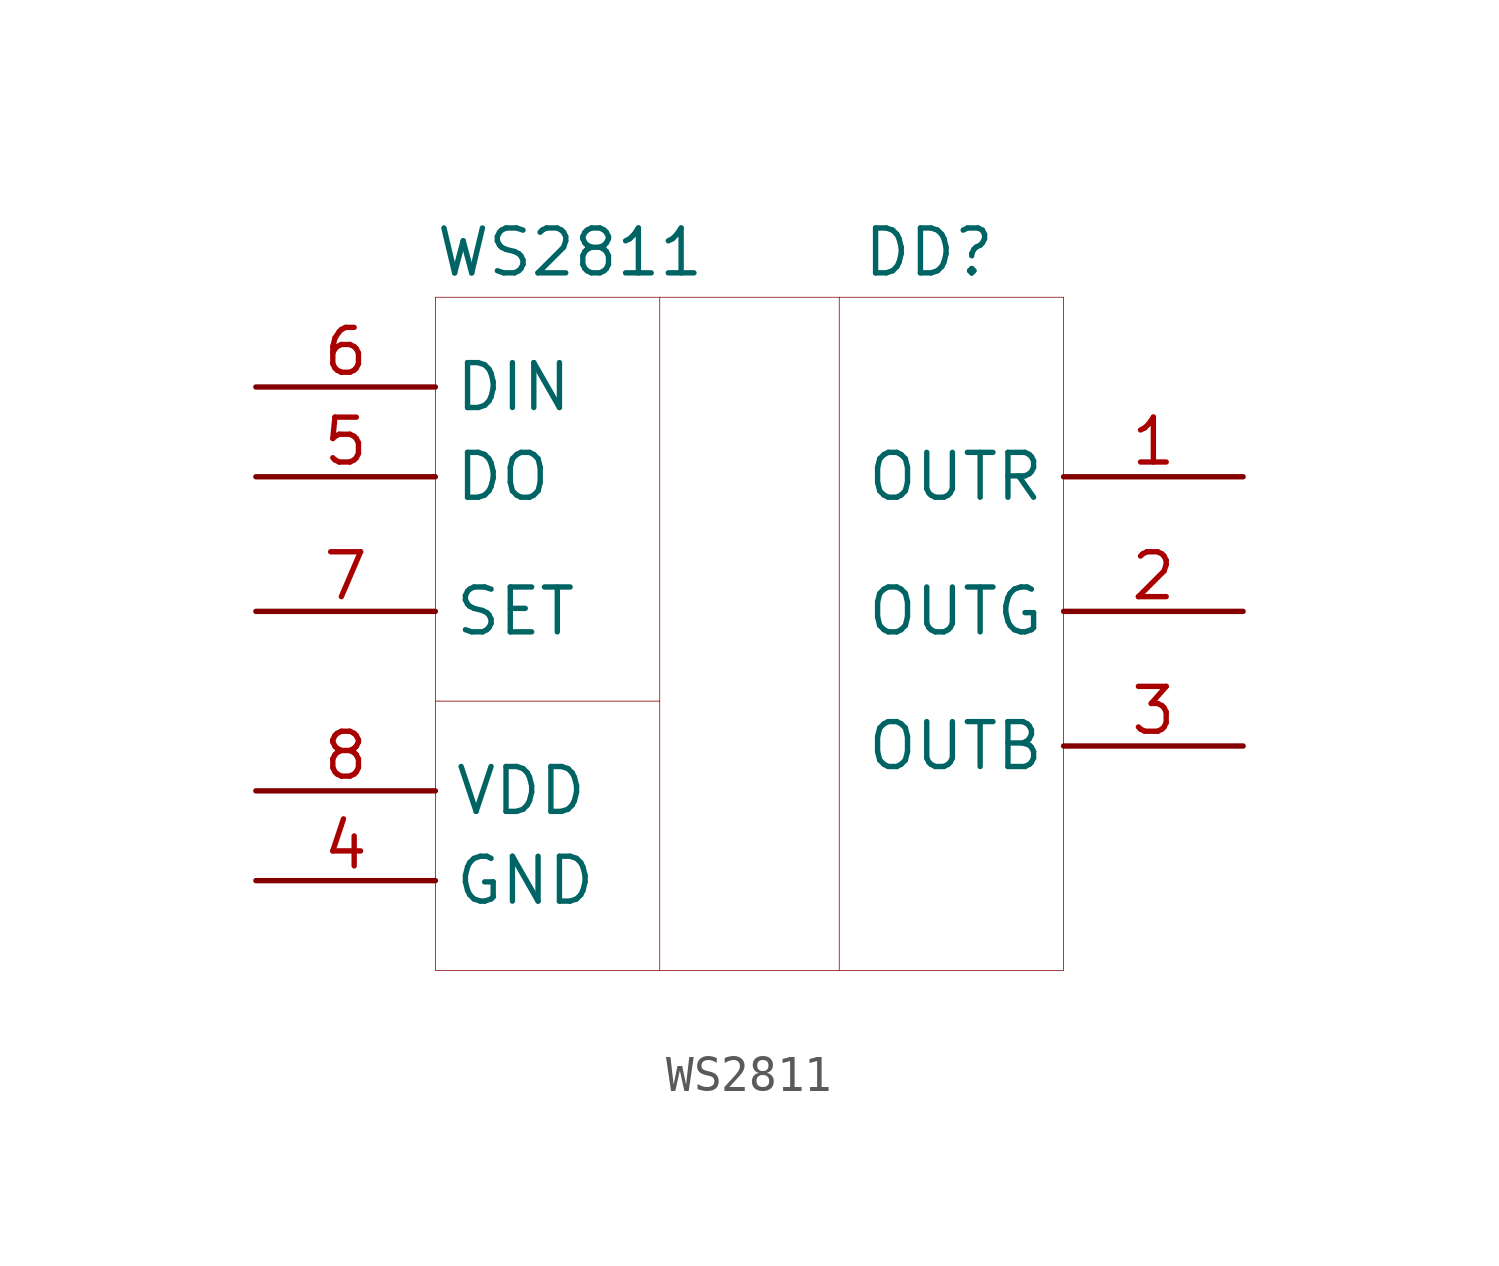
<source format=kicad_sym>
(kicad_symbol_lib
  (version 20231120)
  (generator "kicad_symbol_editor")
  (generator_version "8.0")
  (symbol "WS2811"
    (property "Reference" "DD"
      (at 5.08 10.16 0)
      (effects (font (size 1.27 1.27))))
    (property "Value" "WS2811"
      (at -5.08 10.16 0)
      (effects (font (size 1.27 1.27))))
    (symbol "WS2811_0_1"
      (rectangle (start -8.89 8.89) (end 8.89 -10.16) (stroke (width 0.001) (type default)) (fill (type none)))
      (polyline (pts (xy -8.89 -2.54) (xy -2.54 -2.54)) (stroke (width 0.001) (type default)) (fill (type none)))
      (polyline (pts (xy -2.54 -10.16) (xy -2.54 8.89)) (stroke (width 0.001) (type default)) (fill (type none)))
      (polyline (pts (xy 2.54 -10.16) (xy 2.54 8.89)) (stroke (width 0.001) (type default)) (fill (type none))))
    (symbol "WS2811_1_1"
      (pin passive line (at 13.97 3.81 180) (length 5.08) (name "OUTR" (effects (font (size 1.27 1.27)))) (number "1" (effects (font (size 1.27 1.27)))))
      (pin passive line (at 13.97 0 180) (length 5.08) (name "OUTG" (effects (font (size 1.27 1.27)))) (number "2" (effects (font (size 1.27 1.27)))))
      (pin passive line (at 13.97 -3.81 180) (length 5.08) (name "OUTB" (effects (font (size 1.27 1.27)))) (number "3" (effects (font (size 1.27 1.27)))))
      (pin power_in line (at -13.97 -7.62 0) (length 5.08) (name "GND" (effects (font (size 1.27 1.27)))) (number "4" (effects (font (size 1.27 1.27)))))
      (pin passive line (at -13.97 3.81 0) (length 5.08) (name "DO" (effects (font (size 1.27 1.27)))) (number "5" (effects (font (size 1.27 1.27)))))
      (pin passive line (at -13.97 6.35 0) (length 5.08) (name "DIN" (effects (font (size 1.27 1.27)))) (number "6" (effects (font (size 1.27 1.27)))))
      (pin passive line (at -13.97 0 0) (length 5.08) (name "SET" (effects (font (size 1.27 1.27)))) (number "7" (effects (font (size 1.27 1.27)))))
      (pin power_in line (at -13.97 -5.08 0) (length 5.08) (name "VDD" (effects (font (size 1.27 1.27)))) (number "8" (effects (font (size 1.27 1.27))))))))
</source>
